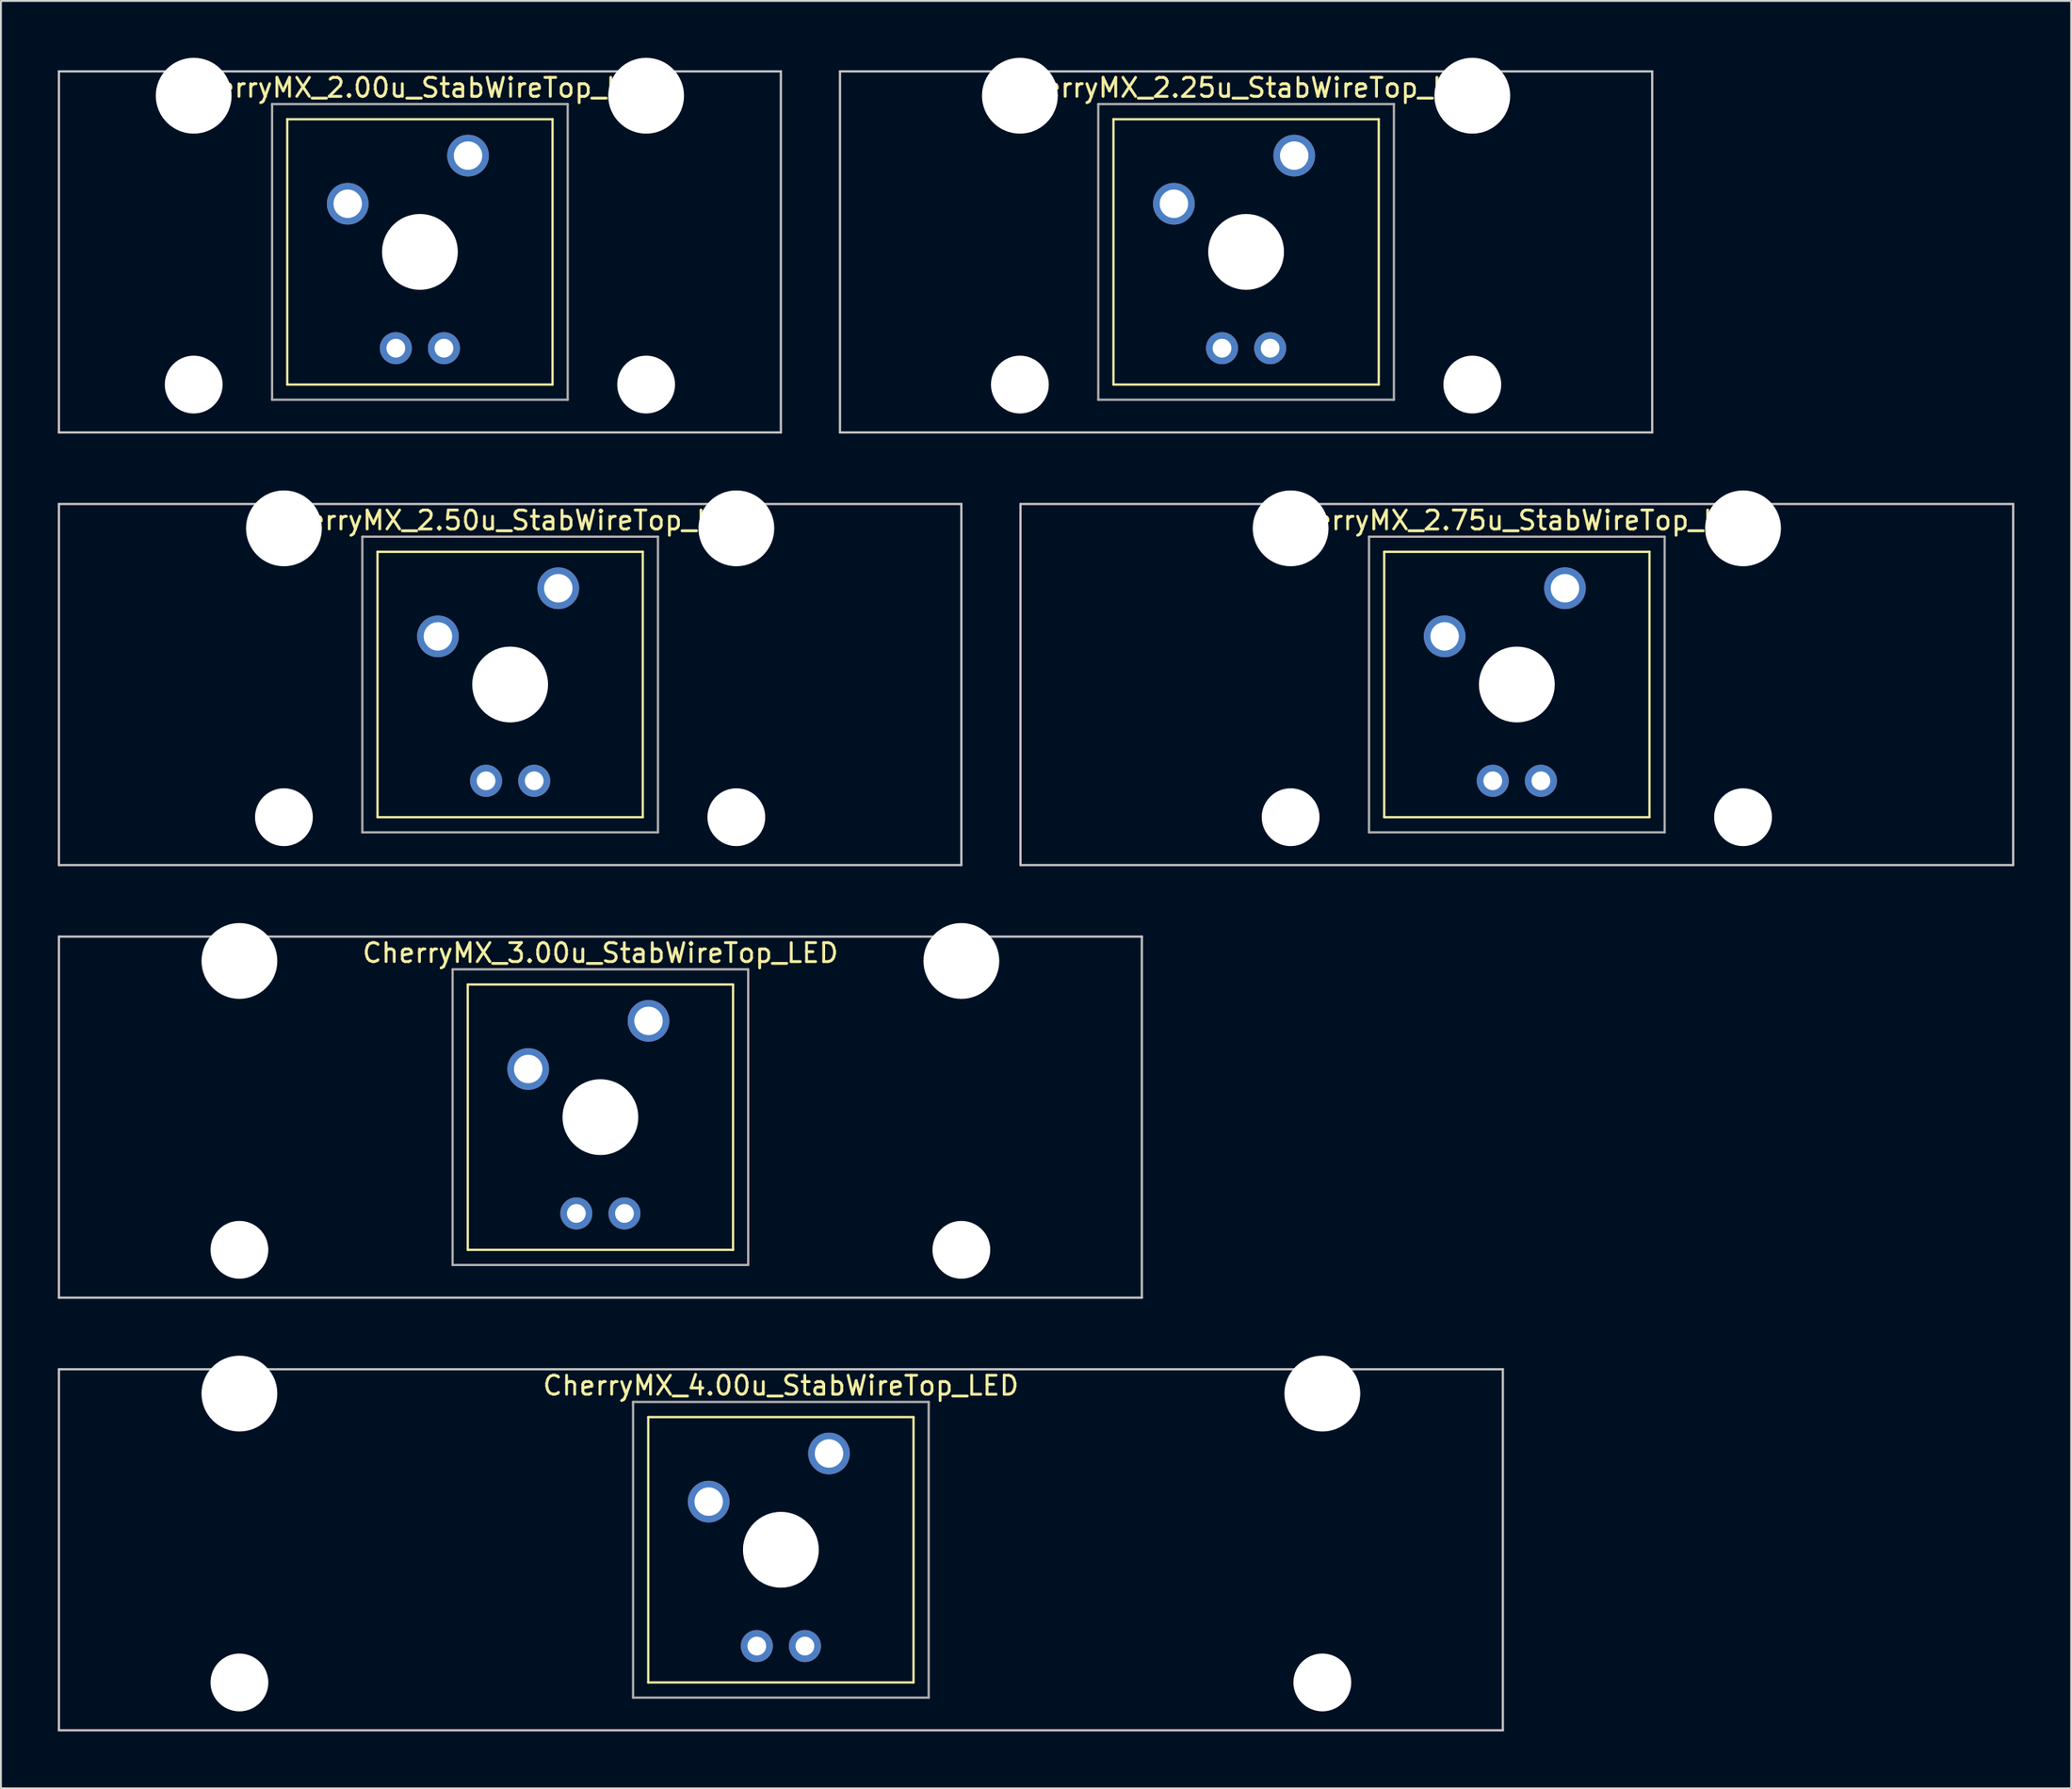
<source format=kicad_pcb>
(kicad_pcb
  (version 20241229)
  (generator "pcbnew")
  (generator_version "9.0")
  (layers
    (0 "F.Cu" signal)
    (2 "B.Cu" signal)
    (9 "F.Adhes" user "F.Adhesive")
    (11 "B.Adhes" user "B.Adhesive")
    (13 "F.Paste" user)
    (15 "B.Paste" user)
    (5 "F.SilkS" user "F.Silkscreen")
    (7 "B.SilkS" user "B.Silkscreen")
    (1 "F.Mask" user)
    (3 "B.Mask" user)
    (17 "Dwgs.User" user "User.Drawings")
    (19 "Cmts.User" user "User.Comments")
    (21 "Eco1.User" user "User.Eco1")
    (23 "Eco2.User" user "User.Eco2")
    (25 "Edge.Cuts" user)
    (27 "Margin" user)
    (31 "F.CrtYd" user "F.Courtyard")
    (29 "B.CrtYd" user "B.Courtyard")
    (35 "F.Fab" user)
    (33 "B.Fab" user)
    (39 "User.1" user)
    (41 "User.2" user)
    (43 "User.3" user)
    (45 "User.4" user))
  (footprint "CherryMX_2.00u_StabWireTop_LED"
    (layer "F.Cu")
    (at 19.11 10.24)
    (property "Reference" "CherryMX_2.00u_StabWireTop_LED" (at 0 -8.662 0) (layer "F.SilkS") (effects (font (size 1 1) (thickness 0.15))))
    (attr through_hole)
    (fp_line (start -7 -7) (end -7 7) (stroke (width 0.12) (type solid)) (layer "F.SilkS"))
    (fp_line (start -7 -7) (end 7 -7) (stroke (width 0.12) (type solid)) (layer "F.SilkS"))
    (fp_line (start 7 -7) (end 7 7) (stroke (width 0.12) (type solid)) (layer "F.SilkS"))
    (fp_line (start 7 7) (end -7 7) (stroke (width 0.12) (type solid)) (layer "F.SilkS"))
    (fp_line (start -19.05 -9.525) (end 19.05 -9.525) (stroke (width 0.12) (type solid)) (layer "Dwgs.User"))
    (fp_line (start -19.05 9.525) (end -19.05 -9.525) (stroke (width 0.12) (type solid)) (layer "Dwgs.User"))
    (fp_line (start 19.05 -9.525) (end 19.05 9.525) (stroke (width 0.12) (type solid)) (layer "Dwgs.User"))
    (fp_line (start 19.05 9.525) (end -19.05 9.525) (stroke (width 0.12) (type solid)) (layer "Dwgs.User"))
    (fp_line (start -7.8 -7.8) (end -7.8 7.8) (stroke (width 0.12) (type solid)) (layer "F.Fab"))
    (fp_line (start -7.8 -7.8) (end 7.8 -7.8) (stroke (width 0.12) (type solid)) (layer "F.Fab"))
    (fp_line (start -7.8 7.8) (end 7.8 7.8) (stroke (width 0.12) (type solid)) (layer "F.Fab"))
    (fp_line (start 7.8 -7.8) (end 7.8 7.8) (stroke (width 0.12) (type solid)) (layer "F.Fab"))
    (pad "" np_thru_hole circle (at -11.938 -8.24) (size 4 4) (drill 4) (layers "*.Cu" "*.Mask"))
    (pad "" np_thru_hole circle (at -11.938 7) (size 3.05 3.05) (drill 3.05) (layers "*.Cu" "*.Mask"))
    (pad "" np_thru_hole circle (at 0 0) (size 4 4) (drill 4) (layers "*.Cu" "*.Mask"))
    (pad "" np_thru_hole circle (at 11.938 -8.24) (size 4 4) (drill 4) (layers "*.Cu" "*.Mask"))
    (pad "" np_thru_hole circle (at 11.938 7) (size 3.05 3.05) (drill 3.05) (layers "*.Cu" "*.Mask"))
    (pad "1" thru_hole circle (at -3.81 -2.54) (size 2.2 2.2) (drill 1.5) (layers "*.Cu" "*.Mask"))
    (pad "2" thru_hole circle (at 2.54 -5.08) (size 2.2 2.2) (drill 1.5) (layers "*.Cu" "*.Mask"))
    (pad "3" thru_hole circle (at -1.27 5.08) (size 1.691 1.691) (drill 0.991) (layers "*.Cu" "*.Mask"))
    (pad "4" thru_hole circle (at 1.27 5.08) (size 1.691 1.691) (drill 0.991) (layers "*.Cu" "*.Mask")))
  (footprint "CherryMX_2.50u_StabWireTop_LED"
    (layer "F.Cu")
    (at 23.872 33.065)
    (property "Reference" "CherryMX_2.50u_StabWireTop_LED" (at 0 -8.662 0) (layer "F.SilkS") (effects (font (size 1 1) (thickness 0.15))))
    (attr through_hole)
    (fp_line (start -7 -7) (end -7 7) (stroke (width 0.12) (type solid)) (layer "F.SilkS"))
    (fp_line (start -7 -7) (end 7 -7) (stroke (width 0.12) (type solid)) (layer "F.SilkS"))
    (fp_line (start 7 -7) (end 7 7) (stroke (width 0.12) (type solid)) (layer "F.SilkS"))
    (fp_line (start 7 7) (end -7 7) (stroke (width 0.12) (type solid)) (layer "F.SilkS"))
    (fp_line (start -23.812 -9.525) (end 23.812 -9.525) (stroke (width 0.12) (type solid)) (layer "Dwgs.User"))
    (fp_line (start -23.812 9.525) (end -23.812 -9.525) (stroke (width 0.12) (type solid)) (layer "Dwgs.User"))
    (fp_line (start 23.812 -9.525) (end 23.812 9.525) (stroke (width 0.12) (type solid)) (layer "Dwgs.User"))
    (fp_line (start 23.812 9.525) (end -23.812 9.525) (stroke (width 0.12) (type solid)) (layer "Dwgs.User"))
    (fp_line (start -7.8 -7.8) (end -7.8 7.8) (stroke (width 0.12) (type solid)) (layer "F.Fab"))
    (fp_line (start -7.8 -7.8) (end 7.8 -7.8) (stroke (width 0.12) (type solid)) (layer "F.Fab"))
    (fp_line (start -7.8 7.8) (end 7.8 7.8) (stroke (width 0.12) (type solid)) (layer "F.Fab"))
    (fp_line (start 7.8 -7.8) (end 7.8 7.8) (stroke (width 0.12) (type solid)) (layer "F.Fab"))
    (pad "" np_thru_hole circle (at -11.938 -8.24) (size 4 4) (drill 4) (layers "*.Cu" "*.Mask"))
    (pad "" np_thru_hole circle (at -11.938 7) (size 3.05 3.05) (drill 3.05) (layers "*.Cu" "*.Mask"))
    (pad "" np_thru_hole circle (at 0 0) (size 4 4) (drill 4) (layers "*.Cu" "*.Mask"))
    (pad "" np_thru_hole circle (at 11.938 -8.24) (size 4 4) (drill 4) (layers "*.Cu" "*.Mask"))
    (pad "" np_thru_hole circle (at 11.938 7) (size 3.05 3.05) (drill 3.05) (layers "*.Cu" "*.Mask"))
    (pad "1" thru_hole circle (at -3.81 -2.54) (size 2.2 2.2) (drill 1.5) (layers "*.Cu" "*.Mask"))
    (pad "2" thru_hole circle (at 2.54 -5.08) (size 2.2 2.2) (drill 1.5) (layers "*.Cu" "*.Mask"))
    (pad "3" thru_hole circle (at -1.27 5.08) (size 1.691 1.691) (drill 0.991) (layers "*.Cu" "*.Mask"))
    (pad "4" thru_hole circle (at 1.27 5.08) (size 1.691 1.691) (drill 0.991) (layers "*.Cu" "*.Mask")))
  (footprint "CherryMX_3.00u_StabWireTop_LED"
    (layer "F.Cu")
    (at 28.635 55.89)
    (property "Reference" "CherryMX_3.00u_StabWireTop_LED" (at 0 -8.662 0) (layer "F.SilkS") (effects (font (size 1 1) (thickness 0.15))))
    (attr through_hole)
    (fp_line (start -7 -7) (end -7 7) (stroke (width 0.12) (type solid)) (layer "F.SilkS"))
    (fp_line (start -7 -7) (end 7 -7) (stroke (width 0.12) (type solid)) (layer "F.SilkS"))
    (fp_line (start 7 -7) (end 7 7) (stroke (width 0.12) (type solid)) (layer "F.SilkS"))
    (fp_line (start 7 7) (end -7 7) (stroke (width 0.12) (type solid)) (layer "F.SilkS"))
    (fp_line (start -28.575 -9.525) (end 28.575 -9.525) (stroke (width 0.12) (type solid)) (layer "Dwgs.User"))
    (fp_line (start -28.575 9.525) (end -28.575 -9.525) (stroke (width 0.12) (type solid)) (layer "Dwgs.User"))
    (fp_line (start 28.575 -9.525) (end 28.575 9.525) (stroke (width 0.12) (type solid)) (layer "Dwgs.User"))
    (fp_line (start 28.575 9.525) (end -28.575 9.525) (stroke (width 0.12) (type solid)) (layer "Dwgs.User"))
    (fp_line (start -7.8 -7.8) (end -7.8 7.8) (stroke (width 0.12) (type solid)) (layer "F.Fab"))
    (fp_line (start -7.8 -7.8) (end 7.8 -7.8) (stroke (width 0.12) (type solid)) (layer "F.Fab"))
    (fp_line (start -7.8 7.8) (end 7.8 7.8) (stroke (width 0.12) (type solid)) (layer "F.Fab"))
    (fp_line (start 7.8 -7.8) (end 7.8 7.8) (stroke (width 0.12) (type solid)) (layer "F.Fab"))
    (pad "" np_thru_hole circle (at -19.05 -8.24) (size 4 4) (drill 4) (layers "*.Cu" "*.Mask"))
    (pad "" np_thru_hole circle (at -19.05 7) (size 3.05 3.05) (drill 3.05) (layers "*.Cu" "*.Mask"))
    (pad "" np_thru_hole circle (at 0 0) (size 4 4) (drill 4) (layers "*.Cu" "*.Mask"))
    (pad "" np_thru_hole circle (at 19.05 -8.24) (size 4 4) (drill 4) (layers "*.Cu" "*.Mask"))
    (pad "" np_thru_hole circle (at 19.05 7) (size 3.05 3.05) (drill 3.05) (layers "*.Cu" "*.Mask"))
    (pad "1" thru_hole circle (at -3.81 -2.54) (size 2.2 2.2) (drill 1.5) (layers "*.Cu" "*.Mask"))
    (pad "2" thru_hole circle (at 2.54 -5.08) (size 2.2 2.2) (drill 1.5) (layers "*.Cu" "*.Mask"))
    (pad "3" thru_hole circle (at -1.27 5.08) (size 1.691 1.691) (drill 0.991) (layers "*.Cu" "*.Mask"))
    (pad "4" thru_hole circle (at 1.27 5.08) (size 1.691 1.691) (drill 0.991) (layers "*.Cu" "*.Mask")))
  (footprint "CherryMX_4.00u_StabWireTop_LED"
    (layer "F.Cu")
    (at 38.16 78.715)
    (property "Reference" "CherryMX_4.00u_StabWireTop_LED" (at 0 -8.662 0) (layer "F.SilkS") (effects (font (size 1 1) (thickness 0.15))))
    (attr through_hole)
    (fp_line (start -7 -7) (end -7 7) (stroke (width 0.12) (type solid)) (layer "F.SilkS"))
    (fp_line (start -7 -7) (end 7 -7) (stroke (width 0.12) (type solid)) (layer "F.SilkS"))
    (fp_line (start 7 -7) (end 7 7) (stroke (width 0.12) (type solid)) (layer "F.SilkS"))
    (fp_line (start 7 7) (end -7 7) (stroke (width 0.12) (type solid)) (layer "F.SilkS"))
    (fp_line (start -38.1 -9.525) (end 38.1 -9.525) (stroke (width 0.12) (type solid)) (layer "Dwgs.User"))
    (fp_line (start -38.1 9.525) (end -38.1 -9.525) (stroke (width 0.12) (type solid)) (layer "Dwgs.User"))
    (fp_line (start 38.1 -9.525) (end 38.1 9.525) (stroke (width 0.12) (type solid)) (layer "Dwgs.User"))
    (fp_line (start 38.1 9.525) (end -38.1 9.525) (stroke (width 0.12) (type solid)) (layer "Dwgs.User"))
    (fp_line (start -7.8 -7.8) (end -7.8 7.8) (stroke (width 0.12) (type solid)) (layer "F.Fab"))
    (fp_line (start -7.8 -7.8) (end 7.8 -7.8) (stroke (width 0.12) (type solid)) (layer "F.Fab"))
    (fp_line (start -7.8 7.8) (end 7.8 7.8) (stroke (width 0.12) (type solid)) (layer "F.Fab"))
    (fp_line (start 7.8 -7.8) (end 7.8 7.8) (stroke (width 0.12) (type solid)) (layer "F.Fab"))
    (pad "" np_thru_hole circle (at -28.575 -8.24) (size 4 4) (drill 4) (layers "*.Cu" "*.Mask"))
    (pad "" np_thru_hole circle (at -28.575 7) (size 3.05 3.05) (drill 3.05) (layers "*.Cu" "*.Mask"))
    (pad "" np_thru_hole circle (at 0 0) (size 4 4) (drill 4) (layers "*.Cu" "*.Mask"))
    (pad "" np_thru_hole circle (at 28.575 -8.24) (size 4 4) (drill 4) (layers "*.Cu" "*.Mask"))
    (pad "" np_thru_hole circle (at 28.575 7) (size 3.05 3.05) (drill 3.05) (layers "*.Cu" "*.Mask"))
    (pad "1" thru_hole circle (at -3.81 -2.54) (size 2.2 2.2) (drill 1.5) (layers "*.Cu" "*.Mask"))
    (pad "2" thru_hole circle (at 2.54 -5.08) (size 2.2 2.2) (drill 1.5) (layers "*.Cu" "*.Mask"))
    (pad "3" thru_hole circle (at -1.27 5.08) (size 1.691 1.691) (drill 0.991) (layers "*.Cu" "*.Mask"))
    (pad "4" thru_hole circle (at 1.27 5.08) (size 1.691 1.691) (drill 0.991) (layers "*.Cu" "*.Mask")))
  (footprint "CherryMX_2.75u_StabWireTop_LED"
    (layer "F.Cu")
    (at 76.999 33.065)
    (property "Reference" "CherryMX_2.75u_StabWireTop_LED" (at 0 -8.662 0) (layer "F.SilkS") (effects (font (size 1 1) (thickness 0.15))))
    (attr through_hole)
    (fp_line (start -7 -7) (end -7 7) (stroke (width 0.12) (type solid)) (layer "F.SilkS"))
    (fp_line (start -7 -7) (end 7 -7) (stroke (width 0.12) (type solid)) (layer "F.SilkS"))
    (fp_line (start 7 -7) (end 7 7) (stroke (width 0.12) (type solid)) (layer "F.SilkS"))
    (fp_line (start 7 7) (end -7 7) (stroke (width 0.12) (type solid)) (layer "F.SilkS"))
    (fp_line (start -26.194 -9.525) (end 26.194 -9.525) (stroke (width 0.12) (type solid)) (layer "Dwgs.User"))
    (fp_line (start -26.194 9.525) (end -26.194 -9.525) (stroke (width 0.12) (type solid)) (layer "Dwgs.User"))
    (fp_line (start 26.194 -9.525) (end 26.194 9.525) (stroke (width 0.12) (type solid)) (layer "Dwgs.User"))
    (fp_line (start 26.194 9.525) (end -26.194 9.525) (stroke (width 0.12) (type solid)) (layer "Dwgs.User"))
    (fp_line (start -7.8 -7.8) (end -7.8 7.8) (stroke (width 0.12) (type solid)) (layer "F.Fab"))
    (fp_line (start -7.8 -7.8) (end 7.8 -7.8) (stroke (width 0.12) (type solid)) (layer "F.Fab"))
    (fp_line (start -7.8 7.8) (end 7.8 7.8) (stroke (width 0.12) (type solid)) (layer "F.Fab"))
    (fp_line (start 7.8 -7.8) (end 7.8 7.8) (stroke (width 0.12) (type solid)) (layer "F.Fab"))
    (pad "" np_thru_hole circle (at -11.938 -8.24) (size 4 4) (drill 4) (layers "*.Cu" "*.Mask"))
    (pad "" np_thru_hole circle (at -11.938 7) (size 3.05 3.05) (drill 3.05) (layers "*.Cu" "*.Mask"))
    (pad "" np_thru_hole circle (at 0 0) (size 4 4) (drill 4) (layers "*.Cu" "*.Mask"))
    (pad "" np_thru_hole circle (at 11.938 -8.24) (size 4 4) (drill 4) (layers "*.Cu" "*.Mask"))
    (pad "" np_thru_hole circle (at 11.938 7) (size 3.05 3.05) (drill 3.05) (layers "*.Cu" "*.Mask"))
    (pad "1" thru_hole circle (at -3.81 -2.54) (size 2.2 2.2) (drill 1.5) (layers "*.Cu" "*.Mask"))
    (pad "2" thru_hole circle (at 2.54 -5.08) (size 2.2 2.2) (drill 1.5) (layers "*.Cu" "*.Mask"))
    (pad "3" thru_hole circle (at -1.27 5.08) (size 1.691 1.691) (drill 0.991) (layers "*.Cu" "*.Mask"))
    (pad "4" thru_hole circle (at 1.27 5.08) (size 1.691 1.691) (drill 0.991) (layers "*.Cu" "*.Mask")))
  (footprint "CherryMX_2.25u_StabWireTop_LED"
    (layer "F.Cu")
    (at 62.711 10.24)
    (property "Reference" "CherryMX_2.25u_StabWireTop_LED" (at 0 -8.662 0) (layer "F.SilkS") (effects (font (size 1 1) (thickness 0.15))))
    (attr through_hole)
    (fp_line (start -7 -7) (end -7 7) (stroke (width 0.12) (type solid)) (layer "F.SilkS"))
    (fp_line (start -7 -7) (end 7 -7) (stroke (width 0.12) (type solid)) (layer "F.SilkS"))
    (fp_line (start 7 -7) (end 7 7) (stroke (width 0.12) (type solid)) (layer "F.SilkS"))
    (fp_line (start 7 7) (end -7 7) (stroke (width 0.12) (type solid)) (layer "F.SilkS"))
    (fp_line (start -21.431 -9.525) (end 21.431 -9.525) (stroke (width 0.12) (type solid)) (layer "Dwgs.User"))
    (fp_line (start -21.431 9.525) (end -21.431 -9.525) (stroke (width 0.12) (type solid)) (layer "Dwgs.User"))
    (fp_line (start 21.431 -9.525) (end 21.431 9.525) (stroke (width 0.12) (type solid)) (layer "Dwgs.User"))
    (fp_line (start 21.431 9.525) (end -21.431 9.525) (stroke (width 0.12) (type solid)) (layer "Dwgs.User"))
    (fp_line (start -7.8 -7.8) (end -7.8 7.8) (stroke (width 0.12) (type solid)) (layer "F.Fab"))
    (fp_line (start -7.8 -7.8) (end 7.8 -7.8) (stroke (width 0.12) (type solid)) (layer "F.Fab"))
    (fp_line (start -7.8 7.8) (end 7.8 7.8) (stroke (width 0.12) (type solid)) (layer "F.Fab"))
    (fp_line (start 7.8 -7.8) (end 7.8 7.8) (stroke (width 0.12) (type solid)) (layer "F.Fab"))
    (pad "" np_thru_hole circle (at -11.938 -8.24) (size 4 4) (drill 4) (layers "*.Cu" "*.Mask"))
    (pad "" np_thru_hole circle (at -11.938 7) (size 3.05 3.05) (drill 3.05) (layers "*.Cu" "*.Mask"))
    (pad "" np_thru_hole circle (at 0 0) (size 4 4) (drill 4) (layers "*.Cu" "*.Mask"))
    (pad "" np_thru_hole circle (at 11.938 -8.24) (size 4 4) (drill 4) (layers "*.Cu" "*.Mask"))
    (pad "" np_thru_hole circle (at 11.938 7) (size 3.05 3.05) (drill 3.05) (layers "*.Cu" "*.Mask"))
    (pad "1" thru_hole circle (at -3.81 -2.54) (size 2.2 2.2) (drill 1.5) (layers "*.Cu" "*.Mask"))
    (pad "2" thru_hole circle (at 2.54 -5.08) (size 2.2 2.2) (drill 1.5) (layers "*.Cu" "*.Mask"))
    (pad "3" thru_hole circle (at -1.27 5.08) (size 1.691 1.691) (drill 0.991) (layers "*.Cu" "*.Mask"))
    (pad "4" thru_hole circle (at 1.27 5.08) (size 1.691 1.691) (drill 0.991) (layers "*.Cu" "*.Mask")))
  (gr_rect
    (start -3 -3)
    (end 106.252 91.3)
    (stroke (width 0.1) (type default))
    (fill no)
    (layer "Edge.Cuts")))
</source>
